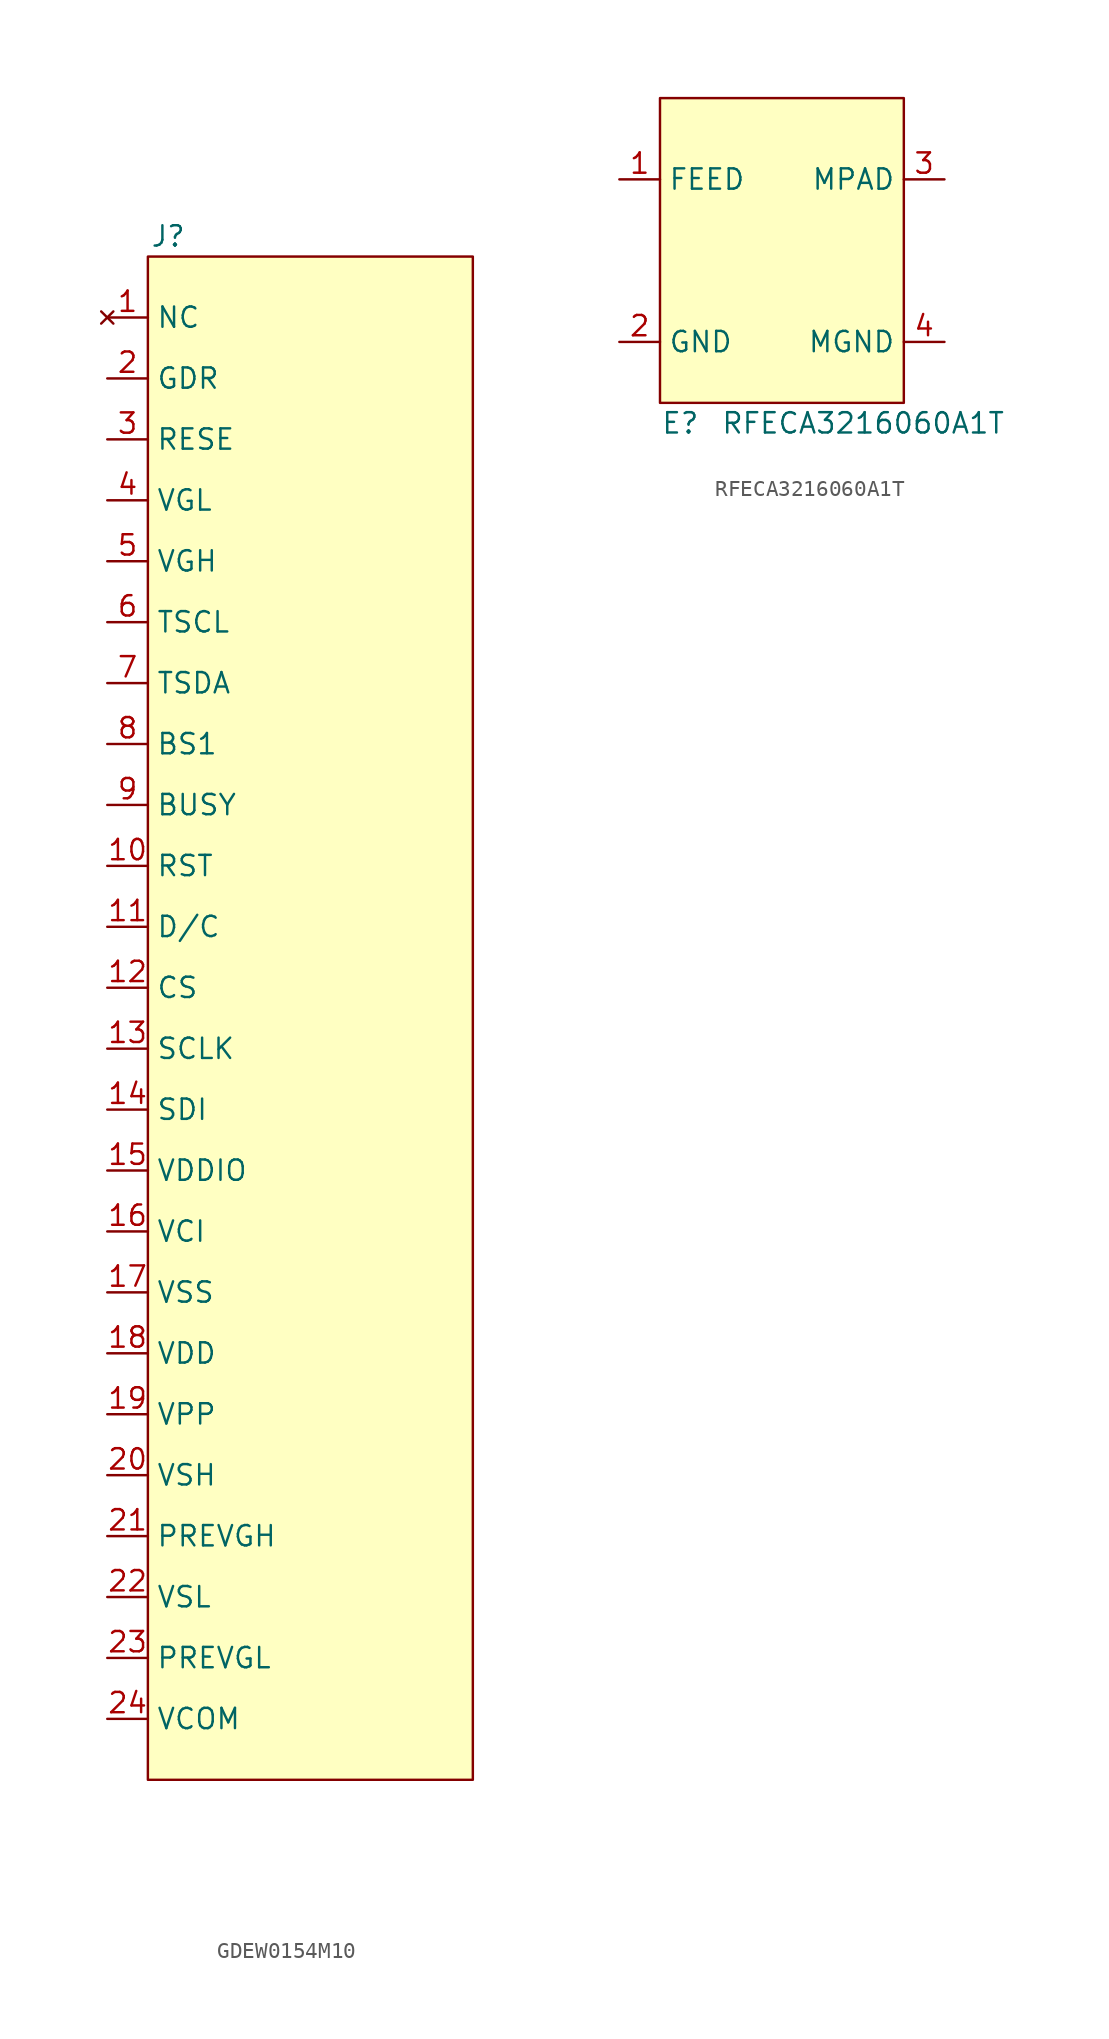
<source format=kicad_sym>
(kicad_symbol_lib
  (version 20231120)
  (generator "kicad_symbol_editor")
  (generator_version "8.0")
  (symbol "GDEW0154M10"
    (property "Reference" "J"
      (at -8.89 45.72 0)
      (effects (font (size 1.27 1.27))))
    (property "Value" ""
      (at -1.27 27.94 0)
      (effects (font (size 1.27 1.27))))
    (symbol "GDEW0154M10_1_1"
      (rectangle (start -10.16 44.45) (end 10.16 -50.8) (stroke (width 0) (type default)) (fill (type background)))
      (pin no_connect line (at -12.7 40.64 0) (length 2.54) (name "NC" (effects (font (size 1.27 1.27)))) (number "1" (effects (font (size 1.27 1.27)))))
      (pin input line (at -12.7 6.35 0) (length 2.54) (name "RST" (effects (font (size 1.27 1.27)))) (number "10" (effects (font (size 1.27 1.27)))))
      (pin input line (at -12.7 2.54 0) (length 2.54) (name "D/C" (effects (font (size 1.27 1.27)))) (number "11" (effects (font (size 1.27 1.27)))))
      (pin input line (at -12.7 -1.27 0) (length 2.54) (name "CS" (effects (font (size 1.27 1.27)))) (number "12" (effects (font (size 1.27 1.27)))))
      (pin output line (at -12.7 -5.08 0) (length 2.54) (name "SCLK" (effects (font (size 1.27 1.27)))) (number "13" (effects (font (size 1.27 1.27)))))
      (pin output line (at -12.7 -8.89 0) (length 2.54) (name "SDI" (effects (font (size 1.27 1.27)))) (number "14" (effects (font (size 1.27 1.27)))))
      (pin power_in line (at -12.7 -12.7 0) (length 2.54) (name "VDDIO" (effects (font (size 1.27 1.27)))) (number "15" (effects (font (size 1.27 1.27)))))
      (pin power_in line (at -12.7 -16.51 0) (length 2.54) (name "VCI" (effects (font (size 1.27 1.27)))) (number "16" (effects (font (size 1.27 1.27)))))
      (pin power_in line (at -12.7 -20.32 0) (length 2.54) (name "VSS" (effects (font (size 1.27 1.27)))) (number "17" (effects (font (size 1.27 1.27)))))
      (pin power_in line (at -12.7 -24.13 0) (length 2.54) (name "VDD" (effects (font (size 1.27 1.27)))) (number "18" (effects (font (size 1.27 1.27)))))
      (pin power_in line (at -12.7 -27.94 0) (length 2.54) (name "VPP" (effects (font (size 1.27 1.27)))) (number "19" (effects (font (size 1.27 1.27)))))
      (pin output line (at -12.7 36.83 0) (length 2.54) (name "GDR" (effects (font (size 1.27 1.27)))) (number "2" (effects (font (size 1.27 1.27)))))
      (pin power_in line (at -12.7 -31.75 0) (length 2.54) (name "VSH" (effects (font (size 1.27 1.27)))) (number "20" (effects (font (size 1.27 1.27)))))
      (pin power_in line (at -12.7 -35.56 0) (length 2.54) (name "PREVGH" (effects (font (size 1.27 1.27)))) (number "21" (effects (font (size 1.27 1.27)))))
      (pin power_in line (at -12.7 -39.37 0) (length 2.54) (name "VSL" (effects (font (size 1.27 1.27)))) (number "22" (effects (font (size 1.27 1.27)))))
      (pin power_in line (at -12.7 -43.18 0) (length 2.54) (name "PREVGL" (effects (font (size 1.27 1.27)))) (number "23" (effects (font (size 1.27 1.27)))))
      (pin power_in line (at -12.7 -46.99 0) (length 2.54) (name "VCOM" (effects (font (size 1.27 1.27)))) (number "24" (effects (font (size 1.27 1.27)))))
      (pin output line (at -12.7 33.02 0) (length 2.54) (name "RESE" (effects (font (size 1.27 1.27)))) (number "3" (effects (font (size 1.27 1.27)))))
      (pin passive line (at -12.7 29.21 0) (length 2.54) (name "VGL" (effects (font (size 1.27 1.27)))) (number "4" (effects (font (size 1.27 1.27)))))
      (pin passive line (at -12.7 25.4 0) (length 2.54) (name "VGH" (effects (font (size 1.27 1.27)))) (number "5" (effects (font (size 1.27 1.27)))))
      (pin output line (at -12.7 21.59 0) (length 2.54) (name "TSCL" (effects (font (size 1.27 1.27)))) (number "6" (effects (font (size 1.27 1.27)))))
      (pin bidirectional line (at -12.7 17.78 0) (length 2.54) (name "TSDA" (effects (font (size 1.27 1.27)))) (number "7" (effects (font (size 1.27 1.27)))))
      (pin input line (at -12.7 13.97 0) (length 2.54) (name "BS1" (effects (font (size 1.27 1.27)))) (number "8" (effects (font (size 1.27 1.27)))))
      (pin output line (at -12.7 10.16 0) (length 2.54) (name "BUSY" (effects (font (size 1.27 1.27)))) (number "9" (effects (font (size 1.27 1.27)))))))
  (symbol "RFECA3216060A1T"
    (property "Reference" "E"
      (at -6.35 -12.7 0)
      (effects (font (size 1.27 1.27))))
    (property "Value" "RFECA3216060A1T"
      (at 5.08 -12.7 0)
      (effects (font (size 1.27 1.27))))
    (symbol "RFECA3216060A1T_1_1"
      (rectangle (start -7.62 7.62) (end 7.62 -11.43) (stroke (width 0) (type default)) (fill (type background)))
      (pin input line (at -10.16 2.54 0) (length 2.54) (name "FEED" (effects (font (size 1.27 1.27)))) (number "1" (effects (font (size 1.27 1.27)))))
      (pin input line (at -10.16 -7.62 0) (length 2.54) (name "GND" (effects (font (size 1.27 1.27)))) (number "2" (effects (font (size 1.27 1.27)))))
      (pin input line (at 10.16 2.54 180) (length 2.54) (name "MPAD" (effects (font (size 1.27 1.27)))) (number "3" (effects (font (size 1.27 1.27)))))
      (pin input line (at 10.16 -7.62 180) (length 2.54) (name "MGND" (effects (font (size 1.27 1.27)))) (number "4" (effects (font (size 1.27 1.27))))))))
</source>
